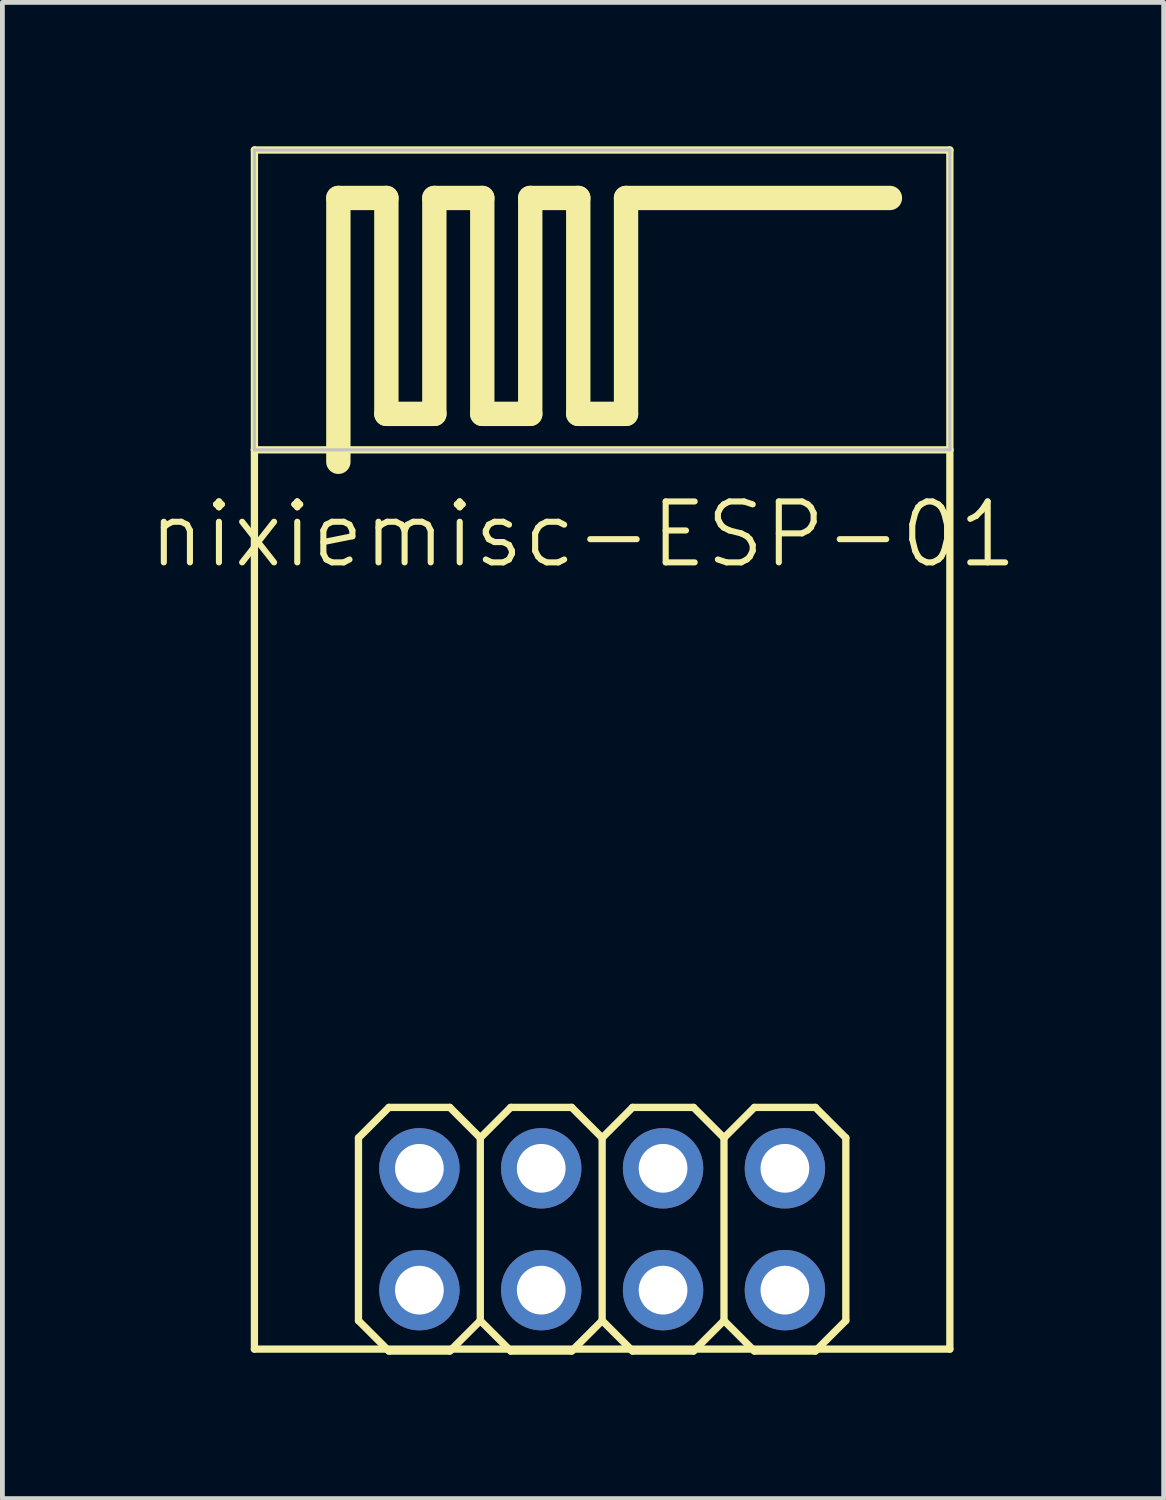
<source format=kicad_pcb>
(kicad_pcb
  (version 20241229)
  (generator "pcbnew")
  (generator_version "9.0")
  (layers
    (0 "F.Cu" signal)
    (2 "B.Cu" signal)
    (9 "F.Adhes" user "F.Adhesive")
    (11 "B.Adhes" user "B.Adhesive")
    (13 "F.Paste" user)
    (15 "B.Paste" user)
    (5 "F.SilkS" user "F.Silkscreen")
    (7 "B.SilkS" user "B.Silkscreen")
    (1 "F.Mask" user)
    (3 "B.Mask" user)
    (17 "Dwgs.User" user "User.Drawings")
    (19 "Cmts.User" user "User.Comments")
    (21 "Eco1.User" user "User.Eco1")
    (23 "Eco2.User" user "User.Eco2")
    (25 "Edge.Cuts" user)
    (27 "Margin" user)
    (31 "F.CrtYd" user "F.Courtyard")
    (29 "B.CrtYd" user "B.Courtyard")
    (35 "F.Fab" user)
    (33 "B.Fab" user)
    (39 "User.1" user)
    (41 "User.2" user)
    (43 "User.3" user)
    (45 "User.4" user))
  (footprint "nixiemisc-ESP-01"
    (layer "F.Cu")
    (at 9.503 22.576)
    (property "Reference" "nixiemisc-ESP-01" (at -0.399 -14.483 0) (layer "F.SilkS") (effects (font (size 1.27 1.27) (thickness 0.127))))
    (attr exclude_from_pos_files exclude_from_bom)
    (fp_line (start -7.249 -22.499) (end -7.249 -16.248) (stroke (width 0.152) (type solid)) (layer "F.SilkS"))
    (fp_line (start -7.249 -16.248) (end -7.249 2.499) (stroke (width 0.152) (type solid)) (layer "F.SilkS"))
    (fp_line (start -7.249 -16.248) (end 7.249 -16.248) (stroke (width 0.152) (type solid)) (layer "F.SilkS"))
    (fp_line (start -7.249 2.499) (end 7.249 2.499) (stroke (width 0.152) (type solid)) (layer "F.SilkS"))
    (fp_line (start -5.499 -21.499) (end -4.498 -21.499) (stroke (width 0.508) (type solid)) (layer "F.SilkS"))
    (fp_line (start -5.499 -15.999) (end -5.499 -21.499) (stroke (width 0.508) (type solid)) (layer "F.SilkS"))
    (fp_line (start -5.08 -1.905) (end -4.445 -2.54) (stroke (width 0.152) (type solid)) (layer "F.SilkS"))
    (fp_line (start -5.08 1.905) (end -5.08 -1.905) (stroke (width 0.152) (type solid)) (layer "F.SilkS"))
    (fp_line (start -5.08 1.905) (end -4.445 2.54) (stroke (width 0.152) (type solid)) (layer "F.SilkS"))
    (fp_line (start -4.498 -21.499) (end -4.498 -16.998) (stroke (width 0.508) (type solid)) (layer "F.SilkS"))
    (fp_line (start -4.498 -16.998) (end -3.498 -16.998) (stroke (width 0.508) (type solid)) (layer "F.SilkS"))
    (fp_line (start -4.445 -2.54) (end -3.175 -2.54) (stroke (width 0.152) (type solid)) (layer "F.SilkS"))
    (fp_line (start -4.445 2.54) (end -3.175 2.54) (stroke (width 0.152) (type solid)) (layer "F.SilkS"))
    (fp_line (start -3.498 -21.499) (end -2.499 -21.499) (stroke (width 0.508) (type solid)) (layer "F.SilkS"))
    (fp_line (start -3.498 -16.998) (end -3.498 -21.499) (stroke (width 0.508) (type solid)) (layer "F.SilkS"))
    (fp_line (start -3.175 -2.54) (end -2.54 -1.905) (stroke (width 0.152) (type solid)) (layer "F.SilkS"))
    (fp_line (start -3.175 2.54) (end -2.54 1.905) (stroke (width 0.152) (type solid)) (layer "F.SilkS"))
    (fp_line (start -2.54 -1.905) (end -2.54 1.905) (stroke (width 0.152) (type solid)) (layer "F.SilkS"))
    (fp_line (start -2.54 -1.905) (end -1.905 -2.54) (stroke (width 0.152) (type solid)) (layer "F.SilkS"))
    (fp_line (start -2.54 1.905) (end -1.905 2.54) (stroke (width 0.152) (type solid)) (layer "F.SilkS"))
    (fp_line (start -2.499 -21.499) (end -2.499 -16.998) (stroke (width 0.508) (type solid)) (layer "F.SilkS"))
    (fp_line (start -2.499 -16.998) (end -1.499 -16.998) (stroke (width 0.508) (type solid)) (layer "F.SilkS"))
    (fp_line (start -1.905 -2.54) (end -0.635 -2.54) (stroke (width 0.152) (type solid)) (layer "F.SilkS"))
    (fp_line (start -1.905 2.54) (end -0.635 2.54) (stroke (width 0.152) (type solid)) (layer "F.SilkS"))
    (fp_line (start -1.499 -21.499) (end -0.498 -21.499) (stroke (width 0.508) (type solid)) (layer "F.SilkS"))
    (fp_line (start -1.499 -16.998) (end -1.499 -21.499) (stroke (width 0.508) (type solid)) (layer "F.SilkS"))
    (fp_line (start -0.635 -2.54) (end 0 -1.905) (stroke (width 0.152) (type solid)) (layer "F.SilkS"))
    (fp_line (start -0.635 2.54) (end 0 1.905) (stroke (width 0.152) (type solid)) (layer "F.SilkS"))
    (fp_line (start -0.498 -21.499) (end -0.498 -16.998) (stroke (width 0.508) (type solid)) (layer "F.SilkS"))
    (fp_line (start -0.498 -16.998) (end 0.498 -16.998) (stroke (width 0.508) (type solid)) (layer "F.SilkS"))
    (fp_line (start 0 -1.905) (end 0 1.905) (stroke (width 0.152) (type solid)) (layer "F.SilkS"))
    (fp_line (start 0 -1.905) (end 0.635 -2.54) (stroke (width 0.152) (type solid)) (layer "F.SilkS"))
    (fp_line (start 0 1.905) (end 0.635 2.54) (stroke (width 0.152) (type solid)) (layer "F.SilkS"))
    (fp_line (start 0.498 -21.499) (end 5.999 -21.499) (stroke (width 0.508) (type solid)) (layer "F.SilkS"))
    (fp_line (start 0.498 -16.998) (end 0.498 -21.499) (stroke (width 0.508) (type solid)) (layer "F.SilkS"))
    (fp_line (start 0.635 -2.54) (end 1.905 -2.54) (stroke (width 0.152) (type solid)) (layer "F.SilkS"))
    (fp_line (start 0.635 2.54) (end 1.905 2.54) (stroke (width 0.152) (type solid)) (layer "F.SilkS"))
    (fp_line (start 1.905 -2.54) (end 2.54 -1.905) (stroke (width 0.152) (type solid)) (layer "F.SilkS"))
    (fp_line (start 1.905 2.54) (end 2.54 1.905) (stroke (width 0.152) (type solid)) (layer "F.SilkS"))
    (fp_line (start 2.54 -1.905) (end 2.54 1.905) (stroke (width 0.152) (type solid)) (layer "F.SilkS"))
    (fp_line (start 2.54 -1.905) (end 3.175 -2.54) (stroke (width 0.152) (type solid)) (layer "F.SilkS"))
    (fp_line (start 2.54 1.905) (end 3.175 2.54) (stroke (width 0.152) (type solid)) (layer "F.SilkS"))
    (fp_line (start 3.175 -2.54) (end 4.445 -2.54) (stroke (width 0.152) (type solid)) (layer "F.SilkS"))
    (fp_line (start 3.175 2.54) (end 4.445 2.54) (stroke (width 0.152) (type solid)) (layer "F.SilkS"))
    (fp_line (start 4.445 -2.54) (end 5.08 -1.905) (stroke (width 0.152) (type solid)) (layer "F.SilkS"))
    (fp_line (start 4.445 2.54) (end 5.08 1.905) (stroke (width 0.152) (type solid)) (layer "F.SilkS"))
    (fp_line (start 5.08 -1.905) (end 5.08 1.905) (stroke (width 0.152) (type solid)) (layer "F.SilkS"))
    (fp_line (start 7.249 -22.499) (end -7.249 -22.499) (stroke (width 0.152) (type solid)) (layer "F.SilkS"))
    (fp_line (start 7.249 -16.248) (end 7.249 -22.499) (stroke (width 0.152) (type solid)) (layer "F.SilkS"))
    (fp_line (start 7.249 2.499) (end 7.249 -16.248) (stroke (width 0.152) (type solid)) (layer "F.SilkS"))
    (fp_line (start -7.249 -22.499) (end 7.249 -22.499) (stroke (width 0.066) (type solid)) (layer "Dwgs.User"))
    (fp_line (start -7.249 -16.248) (end -7.249 -22.499) (stroke (width 0.066) (type solid)) (layer "Dwgs.User"))
    (fp_line (start -7.249 -16.248) (end 7.249 -16.248) (stroke (width 0.066) (type solid)) (layer "Dwgs.User"))
    (fp_line (start -4.064 -1.524) (end -3.556 -1.524) (stroke (width 0.066) (type solid)) (layer "Dwgs.User"))
    (fp_line (start -4.064 -1.016) (end -4.064 -1.524) (stroke (width 0.066) (type solid)) (layer "Dwgs.User"))
    (fp_line (start -4.064 -1.016) (end -3.556 -1.016) (stroke (width 0.066) (type solid)) (layer "Dwgs.User"))
    (fp_line (start -4.064 1.016) (end -3.556 1.016) (stroke (width 0.066) (type solid)) (layer "Dwgs.User"))
    (fp_line (start -4.064 1.524) (end -4.064 1.016) (stroke (width 0.066) (type solid)) (layer "Dwgs.User"))
    (fp_line (start -4.064 1.524) (end -3.556 1.524) (stroke (width 0.066) (type solid)) (layer "Dwgs.User"))
    (fp_line (start -3.556 -1.016) (end -3.556 -1.524) (stroke (width 0.066) (type solid)) (layer "Dwgs.User"))
    (fp_line (start -3.556 1.524) (end -3.556 1.016) (stroke (width 0.066) (type solid)) (layer "Dwgs.User"))
    (fp_line (start -1.524 -1.524) (end -1.016 -1.524) (stroke (width 0.066) (type solid)) (layer "Dwgs.User"))
    (fp_line (start -1.524 -1.016) (end -1.524 -1.524) (stroke (width 0.066) (type solid)) (layer "Dwgs.User"))
    (fp_line (start -1.524 -1.016) (end -1.016 -1.016) (stroke (width 0.066) (type solid)) (layer "Dwgs.User"))
    (fp_line (start -1.524 1.016) (end -1.016 1.016) (stroke (width 0.066) (type solid)) (layer "Dwgs.User"))
    (fp_line (start -1.524 1.524) (end -1.524 1.016) (stroke (width 0.066) (type solid)) (layer "Dwgs.User"))
    (fp_line (start -1.524 1.524) (end -1.016 1.524) (stroke (width 0.066) (type solid)) (layer "Dwgs.User"))
    (fp_line (start -1.016 -1.016) (end -1.016 -1.524) (stroke (width 0.066) (type solid)) (layer "Dwgs.User"))
    (fp_line (start -1.016 1.524) (end -1.016 1.016) (stroke (width 0.066) (type solid)) (layer "Dwgs.User"))
    (fp_line (start 1.016 -1.524) (end 1.524 -1.524) (stroke (width 0.066) (type solid)) (layer "Dwgs.User"))
    (fp_line (start 1.016 -1.016) (end 1.016 -1.524) (stroke (width 0.066) (type solid)) (layer "Dwgs.User"))
    (fp_line (start 1.016 -1.016) (end 1.524 -1.016) (stroke (width 0.066) (type solid)) (layer "Dwgs.User"))
    (fp_line (start 1.016 1.016) (end 1.524 1.016) (stroke (width 0.066) (type solid)) (layer "Dwgs.User"))
    (fp_line (start 1.016 1.524) (end 1.016 1.016) (stroke (width 0.066) (type solid)) (layer "Dwgs.User"))
    (fp_line (start 1.016 1.524) (end 1.524 1.524) (stroke (width 0.066) (type solid)) (layer "Dwgs.User"))
    (fp_line (start 1.524 -1.016) (end 1.524 -1.524) (stroke (width 0.066) (type solid)) (layer "Dwgs.User"))
    (fp_line (start 1.524 1.524) (end 1.524 1.016) (stroke (width 0.066) (type solid)) (layer "Dwgs.User"))
    (fp_line (start 3.556 -1.524) (end 4.064 -1.524) (stroke (width 0.066) (type solid)) (layer "Dwgs.User"))
    (fp_line (start 3.556 -1.016) (end 3.556 -1.524) (stroke (width 0.066) (type solid)) (layer "Dwgs.User"))
    (fp_line (start 3.556 -1.016) (end 4.064 -1.016) (stroke (width 0.066) (type solid)) (layer "Dwgs.User"))
    (fp_line (start 3.556 1.016) (end 4.064 1.016) (stroke (width 0.066) (type solid)) (layer "Dwgs.User"))
    (fp_line (start 3.556 1.524) (end 3.556 1.016) (stroke (width 0.066) (type solid)) (layer "Dwgs.User"))
    (fp_line (start 3.556 1.524) (end 4.064 1.524) (stroke (width 0.066) (type solid)) (layer "Dwgs.User"))
    (fp_line (start 4.064 -1.016) (end 4.064 -1.524) (stroke (width 0.066) (type solid)) (layer "Dwgs.User"))
    (fp_line (start 4.064 1.524) (end 4.064 1.016) (stroke (width 0.066) (type solid)) (layer "Dwgs.User"))
    (fp_line (start 7.249 -16.248) (end 7.249 -22.499) (stroke (width 0.066) (type solid)) (layer "Dwgs.User"))
    (pad "1" thru_hole circle (at -3.81 1.27) (size 1.676 1.676) (drill 1.016) (layers "*.Cu" "*.Mask"))
    (pad "2" thru_hole circle (at -3.81 -1.27) (size 1.676 1.676) (drill 1.016) (layers "*.Cu" "*.Mask"))
    (pad "3" thru_hole circle (at -1.27 1.27) (size 1.676 1.676) (drill 1.016) (layers "*.Cu" "*.Mask"))
    (pad "4" thru_hole circle (at -1.27 -1.27) (size 1.676 1.676) (drill 1.016) (layers "*.Cu" "*.Mask"))
    (pad "5" thru_hole circle (at 1.27 1.27) (size 1.676 1.676) (drill 1.016) (layers "*.Cu" "*.Mask"))
    (pad "6" thru_hole circle (at 1.27 -1.27) (size 1.676 1.676) (drill 1.016) (layers "*.Cu" "*.Mask"))
    (pad "7" thru_hole circle (at 3.81 1.27) (size 1.676 1.676) (drill 1.016) (layers "*.Cu" "*.Mask"))
    (pad "8" thru_hole circle (at 3.81 -1.27) (size 1.676 1.676) (drill 1.016) (layers "*.Cu" "*.Mask")))
  (gr_rect
    (start -3 -3)
    (end 21.209 28.192)
    (stroke (width 0.1) (type default))
    (fill no)
    (layer "Edge.Cuts")))
</source>
